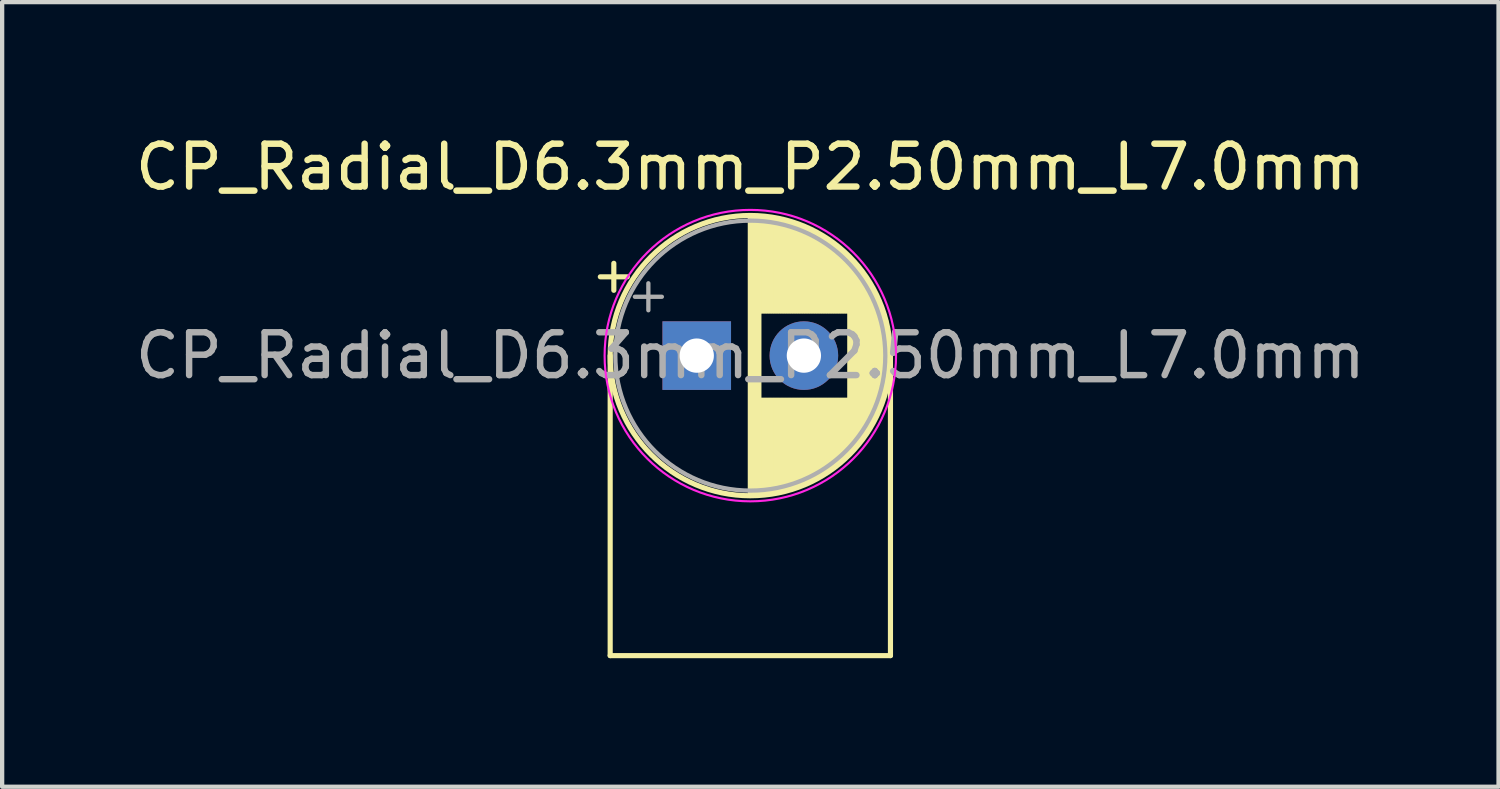
<source format=kicad_pcb>
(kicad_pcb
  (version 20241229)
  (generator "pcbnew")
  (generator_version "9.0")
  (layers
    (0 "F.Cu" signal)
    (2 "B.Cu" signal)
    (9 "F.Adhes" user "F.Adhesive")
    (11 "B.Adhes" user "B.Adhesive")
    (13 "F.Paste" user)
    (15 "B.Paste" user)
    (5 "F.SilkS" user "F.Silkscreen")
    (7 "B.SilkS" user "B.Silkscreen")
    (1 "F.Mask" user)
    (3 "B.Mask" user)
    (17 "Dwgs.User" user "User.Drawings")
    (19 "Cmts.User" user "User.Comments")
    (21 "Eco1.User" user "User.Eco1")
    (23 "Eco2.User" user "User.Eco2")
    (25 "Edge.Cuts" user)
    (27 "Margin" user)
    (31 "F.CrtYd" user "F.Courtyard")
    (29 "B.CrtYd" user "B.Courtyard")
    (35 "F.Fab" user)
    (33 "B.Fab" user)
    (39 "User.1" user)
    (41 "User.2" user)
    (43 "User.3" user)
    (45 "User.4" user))
  (footprint "CP_Radial_D6.3mm_P2.50mm_L7.0mm"
    (layer "F.Cu")
    (at 13.208 5.248)
    (property "Reference" "CP_Radial_D6.3mm_P2.50mm_L7.0mm" (at 1.25 -4.4 0) (layer "F.SilkS") (effects (font (size 1 1) (thickness 0.15))))
    (attr through_hole)
    (fp_line (start -2.25 -1.839) (end -1.62 -1.839) (stroke (width 0.12) (type solid)) (layer "F.SilkS"))
    (fp_line (start -2.02 0) (end -2.02 7) (stroke (width 0.12) (type solid)) (layer "F.SilkS"))
    (fp_line (start -2.02 7) (end 4.52 7) (stroke (width 0.12) (type solid)) (layer "F.SilkS"))
    (fp_line (start -1.935 -2.154) (end -1.935 -1.524) (stroke (width 0.12) (type solid)) (layer "F.SilkS"))
    (fp_line (start 1.25 -3.23) (end 1.25 3.23) (stroke (width 0.12) (type solid)) (layer "F.SilkS"))
    (fp_line (start 1.29 -3.23) (end 1.29 3.23) (stroke (width 0.12) (type solid)) (layer "F.SilkS"))
    (fp_line (start 1.33 -3.23) (end 1.33 3.23) (stroke (width 0.12) (type solid)) (layer "F.SilkS"))
    (fp_line (start 1.37 -3.228) (end 1.37 3.228) (stroke (width 0.12) (type solid)) (layer "F.SilkS"))
    (fp_line (start 1.41 -3.227) (end 1.41 3.227) (stroke (width 0.12) (type solid)) (layer "F.SilkS"))
    (fp_line (start 1.45 -3.224) (end 1.45 3.224) (stroke (width 0.12) (type solid)) (layer "F.SilkS"))
    (fp_line (start 1.49 -3.222) (end 1.49 -1.04) (stroke (width 0.12) (type solid)) (layer "F.SilkS"))
    (fp_line (start 1.49 1.04) (end 1.49 3.222) (stroke (width 0.12) (type solid)) (layer "F.SilkS"))
    (fp_line (start 1.53 -3.218) (end 1.53 -1.04) (stroke (width 0.12) (type solid)) (layer "F.SilkS"))
    (fp_line (start 1.53 1.04) (end 1.53 3.218) (stroke (width 0.12) (type solid)) (layer "F.SilkS"))
    (fp_line (start 1.57 -3.215) (end 1.57 -1.04) (stroke (width 0.12) (type solid)) (layer "F.SilkS"))
    (fp_line (start 1.57 1.04) (end 1.57 3.215) (stroke (width 0.12) (type solid)) (layer "F.SilkS"))
    (fp_line (start 1.61 -3.211) (end 1.61 -1.04) (stroke (width 0.12) (type solid)) (layer "F.SilkS"))
    (fp_line (start 1.61 1.04) (end 1.61 3.211) (stroke (width 0.12) (type solid)) (layer "F.SilkS"))
    (fp_line (start 1.65 -3.206) (end 1.65 -1.04) (stroke (width 0.12) (type solid)) (layer "F.SilkS"))
    (fp_line (start 1.65 1.04) (end 1.65 3.206) (stroke (width 0.12) (type solid)) (layer "F.SilkS"))
    (fp_line (start 1.69 -3.201) (end 1.69 -1.04) (stroke (width 0.12) (type solid)) (layer "F.SilkS"))
    (fp_line (start 1.69 1.04) (end 1.69 3.201) (stroke (width 0.12) (type solid)) (layer "F.SilkS"))
    (fp_line (start 1.73 -3.195) (end 1.73 -1.04) (stroke (width 0.12) (type solid)) (layer "F.SilkS"))
    (fp_line (start 1.73 1.04) (end 1.73 3.195) (stroke (width 0.12) (type solid)) (layer "F.SilkS"))
    (fp_line (start 1.77 -3.189) (end 1.77 -1.04) (stroke (width 0.12) (type solid)) (layer "F.SilkS"))
    (fp_line (start 1.77 1.04) (end 1.77 3.189) (stroke (width 0.12) (type solid)) (layer "F.SilkS"))
    (fp_line (start 1.81 -3.182) (end 1.81 -1.04) (stroke (width 0.12) (type solid)) (layer "F.SilkS"))
    (fp_line (start 1.81 1.04) (end 1.81 3.182) (stroke (width 0.12) (type solid)) (layer "F.SilkS"))
    (fp_line (start 1.85 -3.175) (end 1.85 -1.04) (stroke (width 0.12) (type solid)) (layer "F.SilkS"))
    (fp_line (start 1.85 1.04) (end 1.85 3.175) (stroke (width 0.12) (type solid)) (layer "F.SilkS"))
    (fp_line (start 1.89 -3.167) (end 1.89 -1.04) (stroke (width 0.12) (type solid)) (layer "F.SilkS"))
    (fp_line (start 1.89 1.04) (end 1.89 3.167) (stroke (width 0.12) (type solid)) (layer "F.SilkS"))
    (fp_line (start 1.93 -3.159) (end 1.93 -1.04) (stroke (width 0.12) (type solid)) (layer "F.SilkS"))
    (fp_line (start 1.93 1.04) (end 1.93 3.159) (stroke (width 0.12) (type solid)) (layer "F.SilkS"))
    (fp_line (start 1.971 -3.15) (end 1.971 -1.04) (stroke (width 0.12) (type solid)) (layer "F.SilkS"))
    (fp_line (start 1.971 1.04) (end 1.971 3.15) (stroke (width 0.12) (type solid)) (layer "F.SilkS"))
    (fp_line (start 2.011 -3.141) (end 2.011 -1.04) (stroke (width 0.12) (type solid)) (layer "F.SilkS"))
    (fp_line (start 2.011 1.04) (end 2.011 3.141) (stroke (width 0.12) (type solid)) (layer "F.SilkS"))
    (fp_line (start 2.051 -3.131) (end 2.051 -1.04) (stroke (width 0.12) (type solid)) (layer "F.SilkS"))
    (fp_line (start 2.051 1.04) (end 2.051 3.131) (stroke (width 0.12) (type solid)) (layer "F.SilkS"))
    (fp_line (start 2.091 -3.121) (end 2.091 -1.04) (stroke (width 0.12) (type solid)) (layer "F.SilkS"))
    (fp_line (start 2.091 1.04) (end 2.091 3.121) (stroke (width 0.12) (type solid)) (layer "F.SilkS"))
    (fp_line (start 2.131 -3.11) (end 2.131 -1.04) (stroke (width 0.12) (type solid)) (layer "F.SilkS"))
    (fp_line (start 2.131 1.04) (end 2.131 3.11) (stroke (width 0.12) (type solid)) (layer "F.SilkS"))
    (fp_line (start 2.171 -3.098) (end 2.171 -1.04) (stroke (width 0.12) (type solid)) (layer "F.SilkS"))
    (fp_line (start 2.171 1.04) (end 2.171 3.098) (stroke (width 0.12) (type solid)) (layer "F.SilkS"))
    (fp_line (start 2.211 -3.086) (end 2.211 -1.04) (stroke (width 0.12) (type solid)) (layer "F.SilkS"))
    (fp_line (start 2.211 1.04) (end 2.211 3.086) (stroke (width 0.12) (type solid)) (layer "F.SilkS"))
    (fp_line (start 2.251 -3.074) (end 2.251 -1.04) (stroke (width 0.12) (type solid)) (layer "F.SilkS"))
    (fp_line (start 2.251 1.04) (end 2.251 3.074) (stroke (width 0.12) (type solid)) (layer "F.SilkS"))
    (fp_line (start 2.291 -3.061) (end 2.291 -1.04) (stroke (width 0.12) (type solid)) (layer "F.SilkS"))
    (fp_line (start 2.291 1.04) (end 2.291 3.061) (stroke (width 0.12) (type solid)) (layer "F.SilkS"))
    (fp_line (start 2.331 -3.047) (end 2.331 -1.04) (stroke (width 0.12) (type solid)) (layer "F.SilkS"))
    (fp_line (start 2.331 1.04) (end 2.331 3.047) (stroke (width 0.12) (type solid)) (layer "F.SilkS"))
    (fp_line (start 2.371 -3.033) (end 2.371 -1.04) (stroke (width 0.12) (type solid)) (layer "F.SilkS"))
    (fp_line (start 2.371 1.04) (end 2.371 3.033) (stroke (width 0.12) (type solid)) (layer "F.SilkS"))
    (fp_line (start 2.411 -3.018) (end 2.411 -1.04) (stroke (width 0.12) (type solid)) (layer "F.SilkS"))
    (fp_line (start 2.411 1.04) (end 2.411 3.018) (stroke (width 0.12) (type solid)) (layer "F.SilkS"))
    (fp_line (start 2.451 -3.002) (end 2.451 -1.04) (stroke (width 0.12) (type solid)) (layer "F.SilkS"))
    (fp_line (start 2.451 1.04) (end 2.451 3.002) (stroke (width 0.12) (type solid)) (layer "F.SilkS"))
    (fp_line (start 2.491 -2.986) (end 2.491 -1.04) (stroke (width 0.12) (type solid)) (layer "F.SilkS"))
    (fp_line (start 2.491 1.04) (end 2.491 2.986) (stroke (width 0.12) (type solid)) (layer "F.SilkS"))
    (fp_line (start 2.531 -2.97) (end 2.531 -1.04) (stroke (width 0.12) (type solid)) (layer "F.SilkS"))
    (fp_line (start 2.531 1.04) (end 2.531 2.97) (stroke (width 0.12) (type solid)) (layer "F.SilkS"))
    (fp_line (start 2.571 -2.952) (end 2.571 -1.04) (stroke (width 0.12) (type solid)) (layer "F.SilkS"))
    (fp_line (start 2.571 1.04) (end 2.571 2.952) (stroke (width 0.12) (type solid)) (layer "F.SilkS"))
    (fp_line (start 2.611 -2.934) (end 2.611 -1.04) (stroke (width 0.12) (type solid)) (layer "F.SilkS"))
    (fp_line (start 2.611 1.04) (end 2.611 2.934) (stroke (width 0.12) (type solid)) (layer "F.SilkS"))
    (fp_line (start 2.651 -2.916) (end 2.651 -1.04) (stroke (width 0.12) (type solid)) (layer "F.SilkS"))
    (fp_line (start 2.651 1.04) (end 2.651 2.916) (stroke (width 0.12) (type solid)) (layer "F.SilkS"))
    (fp_line (start 2.691 -2.896) (end 2.691 -1.04) (stroke (width 0.12) (type solid)) (layer "F.SilkS"))
    (fp_line (start 2.691 1.04) (end 2.691 2.896) (stroke (width 0.12) (type solid)) (layer "F.SilkS"))
    (fp_line (start 2.731 -2.876) (end 2.731 -1.04) (stroke (width 0.12) (type solid)) (layer "F.SilkS"))
    (fp_line (start 2.731 1.04) (end 2.731 2.876) (stroke (width 0.12) (type solid)) (layer "F.SilkS"))
    (fp_line (start 2.771 -2.856) (end 2.771 -1.04) (stroke (width 0.12) (type solid)) (layer "F.SilkS"))
    (fp_line (start 2.771 1.04) (end 2.771 2.856) (stroke (width 0.12) (type solid)) (layer "F.SilkS"))
    (fp_line (start 2.811 -2.834) (end 2.811 -1.04) (stroke (width 0.12) (type solid)) (layer "F.SilkS"))
    (fp_line (start 2.811 1.04) (end 2.811 2.834) (stroke (width 0.12) (type solid)) (layer "F.SilkS"))
    (fp_line (start 2.851 -2.812) (end 2.851 -1.04) (stroke (width 0.12) (type solid)) (layer "F.SilkS"))
    (fp_line (start 2.851 1.04) (end 2.851 2.812) (stroke (width 0.12) (type solid)) (layer "F.SilkS"))
    (fp_line (start 2.891 -2.79) (end 2.891 -1.04) (stroke (width 0.12) (type solid)) (layer "F.SilkS"))
    (fp_line (start 2.891 1.04) (end 2.891 2.79) (stroke (width 0.12) (type solid)) (layer "F.SilkS"))
    (fp_line (start 2.931 -2.766) (end 2.931 -1.04) (stroke (width 0.12) (type solid)) (layer "F.SilkS"))
    (fp_line (start 2.931 1.04) (end 2.931 2.766) (stroke (width 0.12) (type solid)) (layer "F.SilkS"))
    (fp_line (start 2.971 -2.742) (end 2.971 -1.04) (stroke (width 0.12) (type solid)) (layer "F.SilkS"))
    (fp_line (start 2.971 1.04) (end 2.971 2.742) (stroke (width 0.12) (type solid)) (layer "F.SilkS"))
    (fp_line (start 3.011 -2.716) (end 3.011 -1.04) (stroke (width 0.12) (type solid)) (layer "F.SilkS"))
    (fp_line (start 3.011 1.04) (end 3.011 2.716) (stroke (width 0.12) (type solid)) (layer "F.SilkS"))
    (fp_line (start 3.051 -2.69) (end 3.051 -1.04) (stroke (width 0.12) (type solid)) (layer "F.SilkS"))
    (fp_line (start 3.051 1.04) (end 3.051 2.69) (stroke (width 0.12) (type solid)) (layer "F.SilkS"))
    (fp_line (start 3.091 -2.664) (end 3.091 -1.04) (stroke (width 0.12) (type solid)) (layer "F.SilkS"))
    (fp_line (start 3.091 1.04) (end 3.091 2.664) (stroke (width 0.12) (type solid)) (layer "F.SilkS"))
    (fp_line (start 3.131 -2.636) (end 3.131 -1.04) (stroke (width 0.12) (type solid)) (layer "F.SilkS"))
    (fp_line (start 3.131 1.04) (end 3.131 2.636) (stroke (width 0.12) (type solid)) (layer "F.SilkS"))
    (fp_line (start 3.171 -2.607) (end 3.171 -1.04) (stroke (width 0.12) (type solid)) (layer "F.SilkS"))
    (fp_line (start 3.171 1.04) (end 3.171 2.607) (stroke (width 0.12) (type solid)) (layer "F.SilkS"))
    (fp_line (start 3.211 -2.578) (end 3.211 -1.04) (stroke (width 0.12) (type solid)) (layer "F.SilkS"))
    (fp_line (start 3.211 1.04) (end 3.211 2.578) (stroke (width 0.12) (type solid)) (layer "F.SilkS"))
    (fp_line (start 3.251 -2.548) (end 3.251 -1.04) (stroke (width 0.12) (type solid)) (layer "F.SilkS"))
    (fp_line (start 3.251 1.04) (end 3.251 2.548) (stroke (width 0.12) (type solid)) (layer "F.SilkS"))
    (fp_line (start 3.291 -2.516) (end 3.291 -1.04) (stroke (width 0.12) (type solid)) (layer "F.SilkS"))
    (fp_line (start 3.291 1.04) (end 3.291 2.516) (stroke (width 0.12) (type solid)) (layer "F.SilkS"))
    (fp_line (start 3.331 -2.484) (end 3.331 -1.04) (stroke (width 0.12) (type solid)) (layer "F.SilkS"))
    (fp_line (start 3.331 1.04) (end 3.331 2.484) (stroke (width 0.12) (type solid)) (layer "F.SilkS"))
    (fp_line (start 3.371 -2.45) (end 3.371 -1.04) (stroke (width 0.12) (type solid)) (layer "F.SilkS"))
    (fp_line (start 3.371 1.04) (end 3.371 2.45) (stroke (width 0.12) (type solid)) (layer "F.SilkS"))
    (fp_line (start 3.411 -2.416) (end 3.411 -1.04) (stroke (width 0.12) (type solid)) (layer "F.SilkS"))
    (fp_line (start 3.411 1.04) (end 3.411 2.416) (stroke (width 0.12) (type solid)) (layer "F.SilkS"))
    (fp_line (start 3.451 -2.38) (end 3.451 -1.04) (stroke (width 0.12) (type solid)) (layer "F.SilkS"))
    (fp_line (start 3.451 1.04) (end 3.451 2.38) (stroke (width 0.12) (type solid)) (layer "F.SilkS"))
    (fp_line (start 3.491 -2.343) (end 3.491 -1.04) (stroke (width 0.12) (type solid)) (layer "F.SilkS"))
    (fp_line (start 3.491 1.04) (end 3.491 2.343) (stroke (width 0.12) (type solid)) (layer "F.SilkS"))
    (fp_line (start 3.531 -2.305) (end 3.531 -1.04) (stroke (width 0.12) (type solid)) (layer "F.SilkS"))
    (fp_line (start 3.531 1.04) (end 3.531 2.305) (stroke (width 0.12) (type solid)) (layer "F.SilkS"))
    (fp_line (start 3.571 -2.265) (end 3.571 2.265) (stroke (width 0.12) (type solid)) (layer "F.SilkS"))
    (fp_line (start 3.611 -2.224) (end 3.611 2.224) (stroke (width 0.12) (type solid)) (layer "F.SilkS"))
    (fp_line (start 3.651 -2.182) (end 3.651 2.182) (stroke (width 0.12) (type solid)) (layer "F.SilkS"))
    (fp_line (start 3.691 -2.137) (end 3.691 2.137) (stroke (width 0.12) (type solid)) (layer "F.SilkS"))
    (fp_line (start 3.731 -2.092) (end 3.731 2.092) (stroke (width 0.12) (type solid)) (layer "F.SilkS"))
    (fp_line (start 3.771 -2.044) (end 3.771 2.044) (stroke (width 0.12) (type solid)) (layer "F.SilkS"))
    (fp_line (start 3.811 -1.995) (end 3.811 1.995) (stroke (width 0.12) (type solid)) (layer "F.SilkS"))
    (fp_line (start 3.851 -1.944) (end 3.851 1.944) (stroke (width 0.12) (type solid)) (layer "F.SilkS"))
    (fp_line (start 3.891 -1.89) (end 3.891 1.89) (stroke (width 0.12) (type solid)) (layer "F.SilkS"))
    (fp_line (start 3.931 -1.834) (end 3.931 1.834) (stroke (width 0.12) (type solid)) (layer "F.SilkS"))
    (fp_line (start 3.971 -1.776) (end 3.971 1.776) (stroke (width 0.12) (type solid)) (layer "F.SilkS"))
    (fp_line (start 4.011 -1.714) (end 4.011 1.714) (stroke (width 0.12) (type solid)) (layer "F.SilkS"))
    (fp_line (start 4.051 -1.65) (end 4.051 1.65) (stroke (width 0.12) (type solid)) (layer "F.SilkS"))
    (fp_line (start 4.091 -1.581) (end 4.091 1.581) (stroke (width 0.12) (type solid)) (layer "F.SilkS"))
    (fp_line (start 4.131 -1.509) (end 4.131 1.509) (stroke (width 0.12) (type solid)) (layer "F.SilkS"))
    (fp_line (start 4.171 -1.432) (end 4.171 1.432) (stroke (width 0.12) (type solid)) (layer "F.SilkS"))
    (fp_line (start 4.211 -1.35) (end 4.211 1.35) (stroke (width 0.12) (type solid)) (layer "F.SilkS"))
    (fp_line (start 4.251 -1.262) (end 4.251 1.262) (stroke (width 0.12) (type solid)) (layer "F.SilkS"))
    (fp_line (start 4.291 -1.165) (end 4.291 1.165) (stroke (width 0.12) (type solid)) (layer "F.SilkS"))
    (fp_line (start 4.331 -1.059) (end 4.331 1.059) (stroke (width 0.12) (type solid)) (layer "F.SilkS"))
    (fp_line (start 4.371 -0.94) (end 4.371 0.94) (stroke (width 0.12) (type solid)) (layer "F.SilkS"))
    (fp_line (start 4.411 -0.802) (end 4.411 0.802) (stroke (width 0.12) (type solid)) (layer "F.SilkS"))
    (fp_line (start 4.451 -0.633) (end 4.451 0.633) (stroke (width 0.12) (type solid)) (layer "F.SilkS"))
    (fp_line (start 4.491 -0.402) (end 4.491 0.402) (stroke (width 0.12) (type solid)) (layer "F.SilkS"))
    (fp_line (start 4.52 0) (end 4.52 7) (stroke (width 0.12) (type solid)) (layer "F.SilkS"))
    (fp_circle (center 1.25 0) (end 4.52 0) (stroke (width 0.12) (type solid)) (fill no) (layer "F.SilkS"))
    (fp_circle (center 1.25 0) (end 4.65 0) (stroke (width 0.05) (type solid)) (fill no) (layer "F.CrtYd"))
    (fp_line (start -1.444 -1.373) (end -0.814 -1.373) (stroke (width 0.1) (type solid)) (layer "F.Fab"))
    (fp_line (start -1.129 -1.688) (end -1.129 -1.058) (stroke (width 0.1) (type solid)) (layer "F.Fab"))
    (fp_circle (center 1.25 0) (end 4.4 0) (stroke (width 0.1) (type solid)) (fill no) (layer "F.Fab"))
    (fp_text user "${REFERENCE}" (at 1.25 0 0) (layer "F.Fab") (effects (font (size 1 1) (thickness 0.15))))
    (pad "1" thru_hole rect (at 0 0) (size 1.6 1.6) (drill 0.8) (layers "*.Cu" "*.Mask"))
    (pad "2" thru_hole circle (at 2.5 0) (size 1.6 1.6) (drill 0.8) (layers "*.Cu" "*.Mask")))
  (gr_rect
    (start -3 -3)
    (end 31.917 15.308)
    (stroke (width 0.1) (type default))
    (fill no)
    (layer "Edge.Cuts")))
</source>
